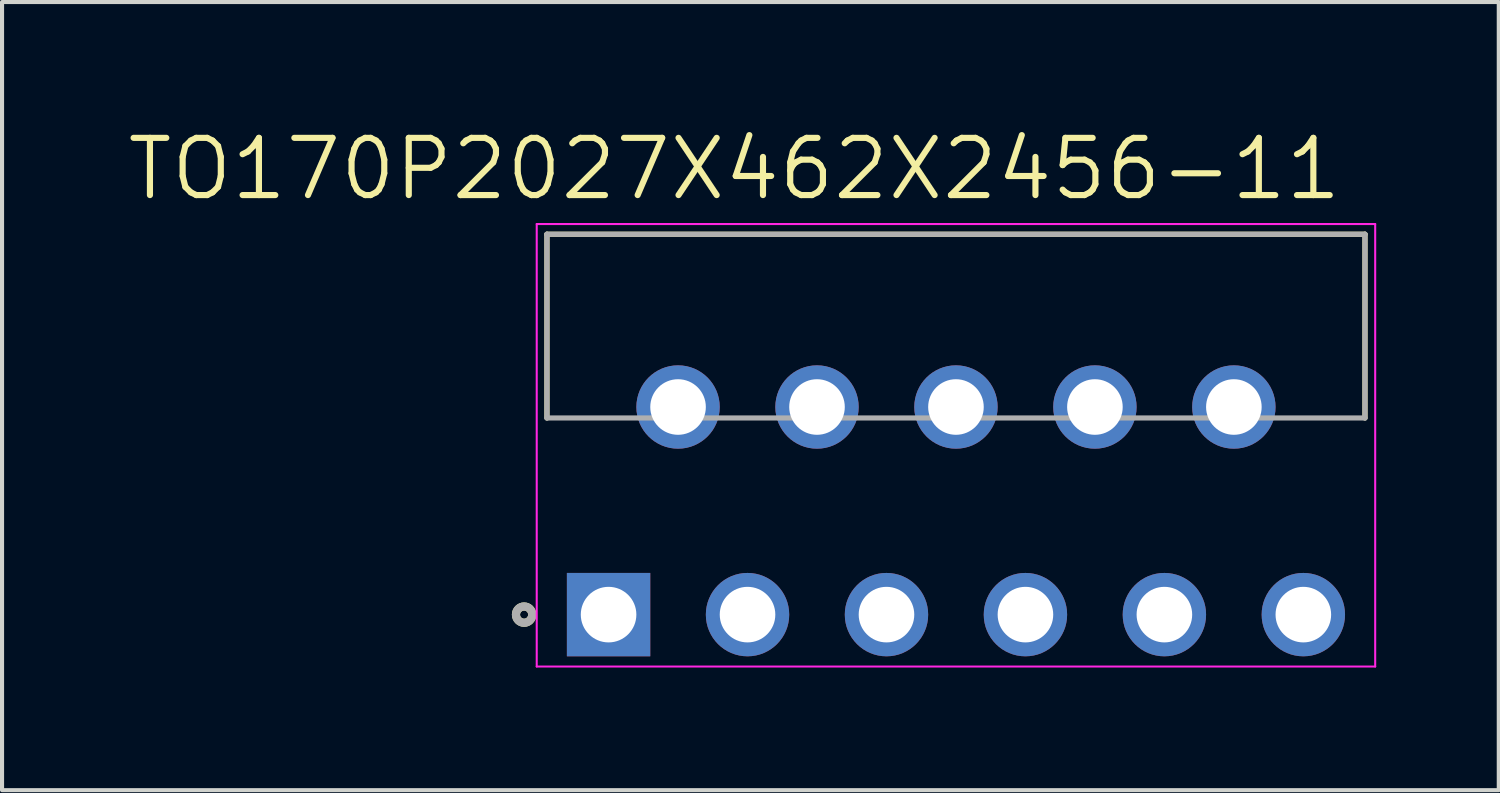
<source format=kicad_pcb>
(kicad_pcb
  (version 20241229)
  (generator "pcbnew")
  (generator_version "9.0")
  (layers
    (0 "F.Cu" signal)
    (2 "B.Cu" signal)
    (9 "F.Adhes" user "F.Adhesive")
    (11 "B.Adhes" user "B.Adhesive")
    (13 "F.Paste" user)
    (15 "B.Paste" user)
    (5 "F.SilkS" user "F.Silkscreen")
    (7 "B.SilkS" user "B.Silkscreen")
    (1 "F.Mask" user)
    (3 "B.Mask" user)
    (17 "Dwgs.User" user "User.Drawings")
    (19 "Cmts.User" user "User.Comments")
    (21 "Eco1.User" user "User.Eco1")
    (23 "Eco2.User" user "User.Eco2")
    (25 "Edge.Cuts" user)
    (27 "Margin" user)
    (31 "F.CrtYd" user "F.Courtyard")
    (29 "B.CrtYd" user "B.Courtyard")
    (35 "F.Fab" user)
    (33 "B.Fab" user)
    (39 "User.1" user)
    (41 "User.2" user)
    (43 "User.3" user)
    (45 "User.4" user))
  (footprint "TO170P2027X462X2456-11"
    (layer "F.Cu")
    (at 11.841 11.989)
    (property "Reference" "TO170P2027X462X2456-11" (at 3.078 -10.906 0) (layer "F.SilkS") (effects (font (size 1.4 1.4) (thickness 0.15))))
    (attr through_hole)
    (fp_line (start -1.508 -9.307) (end -1.508 -4.812) (stroke (width 0.127) (type solid)) (layer "F.SilkS"))
    (fp_line (start 18.508 -9.307) (end -1.508 -9.307) (stroke (width 0.127) (type solid)) (layer "F.SilkS"))
    (fp_line (start 18.508 -4.812) (end 18.508 -9.307) (stroke (width 0.127) (type solid)) (layer "F.SilkS"))
    (fp_circle (center -2.067 0) (end -1.968 0) (stroke (width 0.2) (type solid)) (fill no) (layer "F.SilkS"))
    (fp_line (start -1.758 -9.557) (end -1.758 1.27) (stroke (width 0.05) (type solid)) (layer "F.CrtYd"))
    (fp_line (start -1.758 1.27) (end 18.758 1.27) (stroke (width 0.05) (type solid)) (layer "F.CrtYd"))
    (fp_line (start 18.758 -9.557) (end -1.758 -9.557) (stroke (width 0.05) (type solid)) (layer "F.CrtYd"))
    (fp_line (start 18.758 1.27) (end 18.758 -9.557) (stroke (width 0.05) (type solid)) (layer "F.CrtYd"))
    (fp_line (start -1.508 -9.307) (end -1.508 -4.812) (stroke (width 0.127) (type solid)) (layer "F.Fab"))
    (fp_line (start -1.508 -4.812) (end 18.508 -4.812) (stroke (width 0.127) (type solid)) (layer "F.Fab"))
    (fp_line (start 18.508 -9.307) (end -1.508 -9.307) (stroke (width 0.127) (type solid)) (layer "F.Fab"))
    (fp_line (start 18.508 -4.812) (end 18.508 -9.307) (stroke (width 0.127) (type solid)) (layer "F.Fab"))
    (fp_circle (center -2.067 0) (end -1.968 0) (stroke (width 0.2) (type solid)) (fill no) (layer "F.Fab"))
    (pad "1" thru_hole rect (at 0 0) (size 2.04 2.04) (drill 1.36) (layers "*.Cu" "*.Mask"))
    (pad "2" thru_hole circle (at 1.7 -5.08) (size 2.04 2.04) (drill 1.36) (layers "*.Cu" "*.Mask"))
    (pad "3" thru_hole circle (at 3.4 0) (size 2.04 2.04) (drill 1.36) (layers "*.Cu" "*.Mask"))
    (pad "4" thru_hole circle (at 5.1 -5.08) (size 2.04 2.04) (drill 1.36) (layers "*.Cu" "*.Mask"))
    (pad "5" thru_hole circle (at 6.8 0) (size 2.04 2.04) (drill 1.36) (layers "*.Cu" "*.Mask"))
    (pad "6" thru_hole circle (at 8.5 -5.08) (size 2.04 2.04) (drill 1.36) (layers "*.Cu" "*.Mask"))
    (pad "7" thru_hole circle (at 10.2 0) (size 2.04 2.04) (drill 1.36) (layers "*.Cu" "*.Mask"))
    (pad "8" thru_hole circle (at 11.9 -5.08) (size 2.04 2.04) (drill 1.36) (layers "*.Cu" "*.Mask"))
    (pad "9" thru_hole circle (at 13.6 0) (size 2.04 2.04) (drill 1.36) (layers "*.Cu" "*.Mask"))
    (pad "10" thru_hole circle (at 15.3 -5.08) (size 2.04 2.04) (drill 1.36) (layers "*.Cu" "*.Mask"))
    (pad "11" thru_hole circle (at 17 0) (size 2.04 2.04) (drill 1.36) (layers "*.Cu" "*.Mask")))
  (gr_rect
    (start -3 -3)
    (end 33.623 16.284)
    (stroke (width 0.1) (type default))
    (fill no)
    (layer "Edge.Cuts")))
</source>
